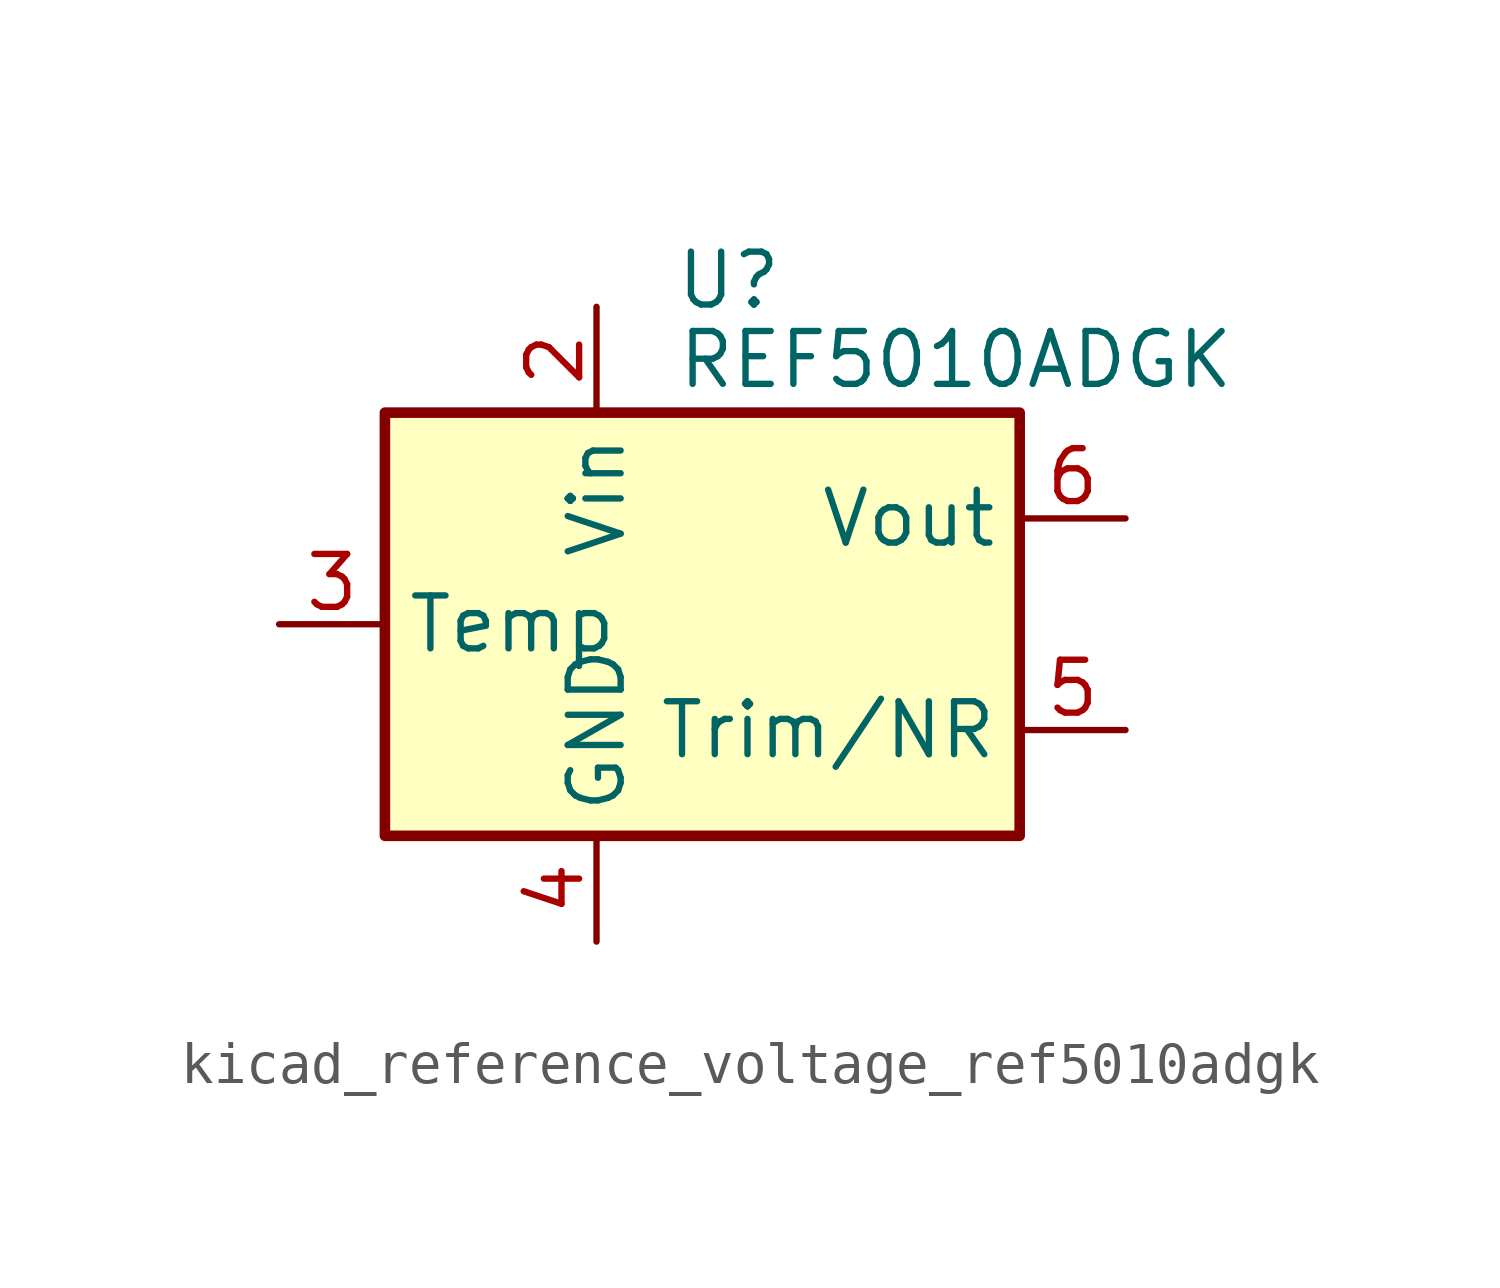
<source format=kicad_sym>
(kicad_symbol_lib
  (version 20220914)
  (generator kicad_symbol_editor)
  (symbol "kicad_reference_voltage_ref5010adgk"
    (property "Reference" "U"
      (at 0.635 8.255 0)
      (effects (font (size 1.27 1.27))))
    (property "Value" "REF5010ADGK"
      (at -0.635 6.35 0)
      (effects (font (size 1.27 1.27)) (justify left)))
    (symbol "kicad_reference_voltage_ref5010adgk_0_1"
      (rectangle (start -7.62 5.08) (end 7.62 -5.08) (stroke (width 0.254) (type default)) (fill (type background))))
    (symbol "kicad_reference_voltage_ref5010adgk_1_1"
      (pin no_connect line (at -7.62 2.54 0) (length 2.54) hide (name "DNC" (effects (font (size 1.27 1.27)))) (number "1" (effects (font (size 1.27 1.27)))))
      (pin power_in line (at -2.54 7.62 270) (length 2.54) (name "Vin" (effects (font (size 1.27 1.27)))) (number "2" (effects (font (size 1.27 1.27)))))
      (pin passive line (at -10.16 0 0) (length 2.54) (name "Temp" (effects (font (size 1.27 1.27)))) (number "3" (effects (font (size 1.27 1.27)))))
      (pin power_in line (at -2.54 -7.62 90) (length 2.54) (name "GND" (effects (font (size 1.27 1.27)))) (number "4" (effects (font (size 1.27 1.27)))))
      (pin passive line (at 10.16 -2.54 180) (length 2.54) (name "Trim/NR" (effects (font (size 1.27 1.27)))) (number "5" (effects (font (size 1.27 1.27)))))
      (pin power_out line (at 10.16 2.54 180) (length 2.54) (name "Vout" (effects (font (size 1.27 1.27)))) (number "6" (effects (font (size 1.27 1.27)))))
      (pin no_connect line (at -5.08 -5.08 90) (length 2.54) hide (name "NC" (effects (font (size 1.27 1.27)))) (number "7" (effects (font (size 1.27 1.27)))))
      (pin no_connect line (at 7.62 0 180) (length 2.54) hide (name "DNC" (effects (font (size 1.27 1.27)))) (number "8" (effects (font (size 1.27 1.27))))))))
</source>
